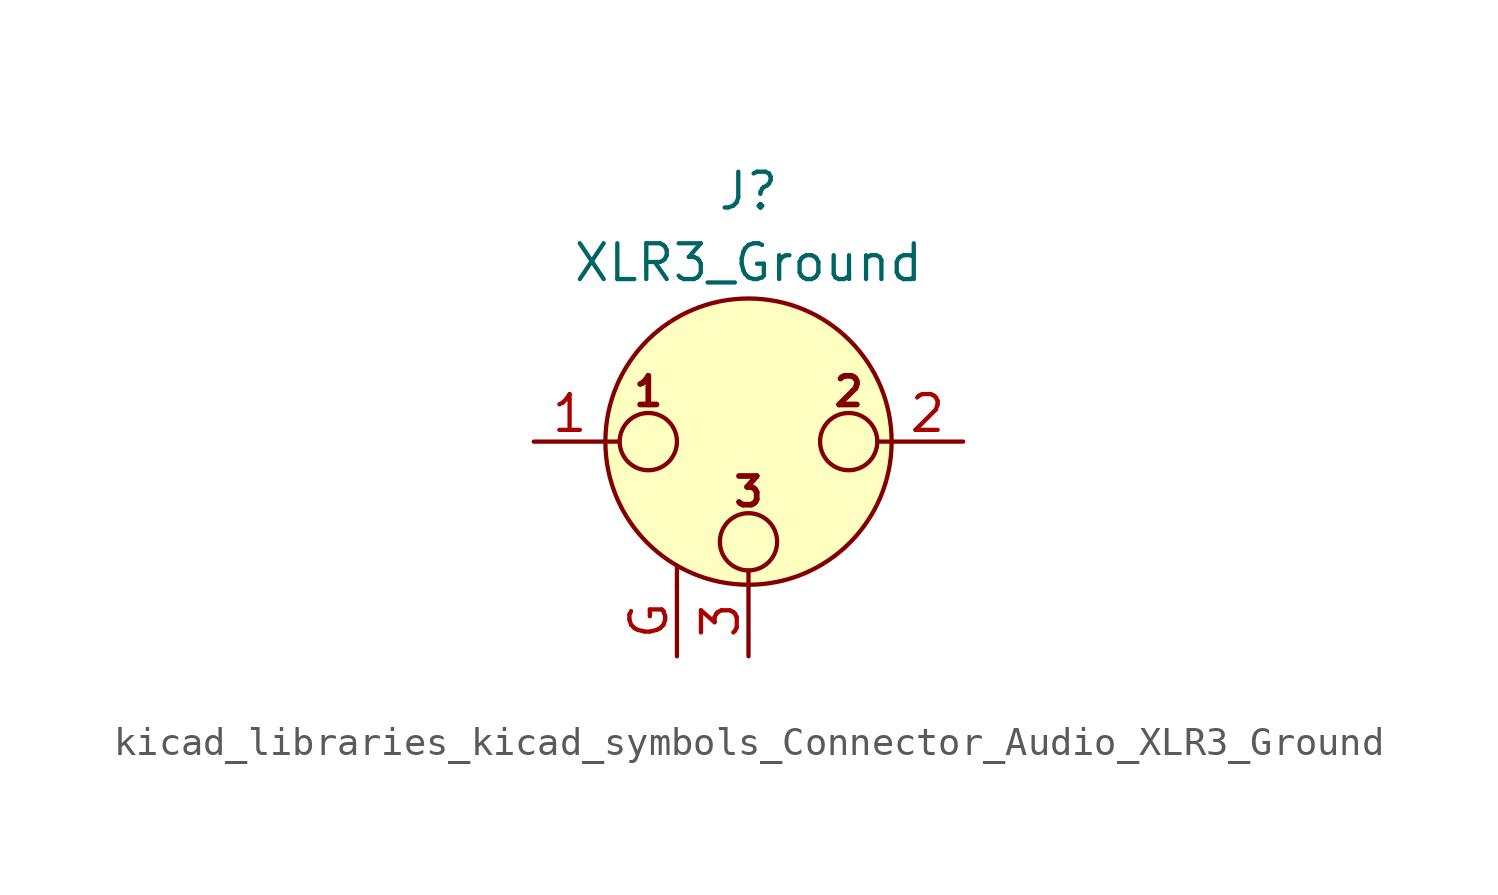
<source format=kicad_sym>
(kicad_symbol_lib
  (version 20220914)
  (generator kicad_symbol_editor)
  (symbol "kicad_libraries_kicad_symbols_Connector_Audio_XLR3_Ground"
    (pin_names hide)
    (property "Reference" "J"
      (at 0 8.89 0)
      (effects (font (size 1.27 1.27))))
    (property "Value" "XLR3_Ground"
      (at 0 6.35 0)
      (effects (font (size 1.27 1.27))))
    (symbol "kicad_libraries_kicad_symbols_Connector_Audio_XLR3_Ground_0_1"
      (circle (center -3.556 0) (radius 1.016) (stroke (width 0) (type default)) (fill (type none)))
      (circle (center 0 -3.556) (radius 1.016) (stroke (width 0) (type default)) (fill (type none)))
      (polyline (pts (xy -5.08 0) (xy -4.572 0)) (stroke (width 0) (type default)) (fill (type none)))
      (polyline (pts (xy -2.54 -5.08) (xy -2.54 -4.445)) (stroke (width 0) (type default)) (fill (type none)))
      (polyline (pts (xy 0 -5.08) (xy 0 -4.572)) (stroke (width 0) (type default)) (fill (type none)))
      (polyline (pts (xy 5.08 0) (xy 4.572 0)) (stroke (width 0) (type default)) (fill (type none)))
      (circle (center 0 0) (radius 5.08) (stroke (width 0) (type default)) (fill (type background)))
      (circle (center 3.556 0) (radius 1.016) (stroke (width 0) (type default)) (fill (type none)))
      (text "1" (at -3.556 1.778 0) (effects (font (size 1.016 1.016) bold)))
      (text "2" (at 3.556 1.778 0) (effects (font (size 1.016 1.016) bold)))
      (text "3" (at 0 -1.778 0) (effects (font (size 1.016 1.016) bold)))
      (pin passive line (at -7.62 0 0) (length 2.54) (name "~" (effects (font (size 1.27 1.27)))) (number "1" (effects (font (size 1.27 1.27)))))
      (pin passive line (at 7.62 0 180) (length 2.54) (name "~" (effects (font (size 1.27 1.27)))) (number "2" (effects (font (size 1.27 1.27)))))
      (pin passive line (at 0 -7.62 90) (length 2.54) (name "~" (effects (font (size 1.27 1.27)))) (number "3" (effects (font (size 1.27 1.27))))))
    (symbol "kicad_libraries_kicad_symbols_Connector_Audio_XLR3_Ground_1_1"
      (pin passive line (at -2.54 -7.62 90) (length 2.54) (name "~" (effects (font (size 1.27 1.27)))) (number "G" (effects (font (size 1.27 1.27))))))))
</source>
